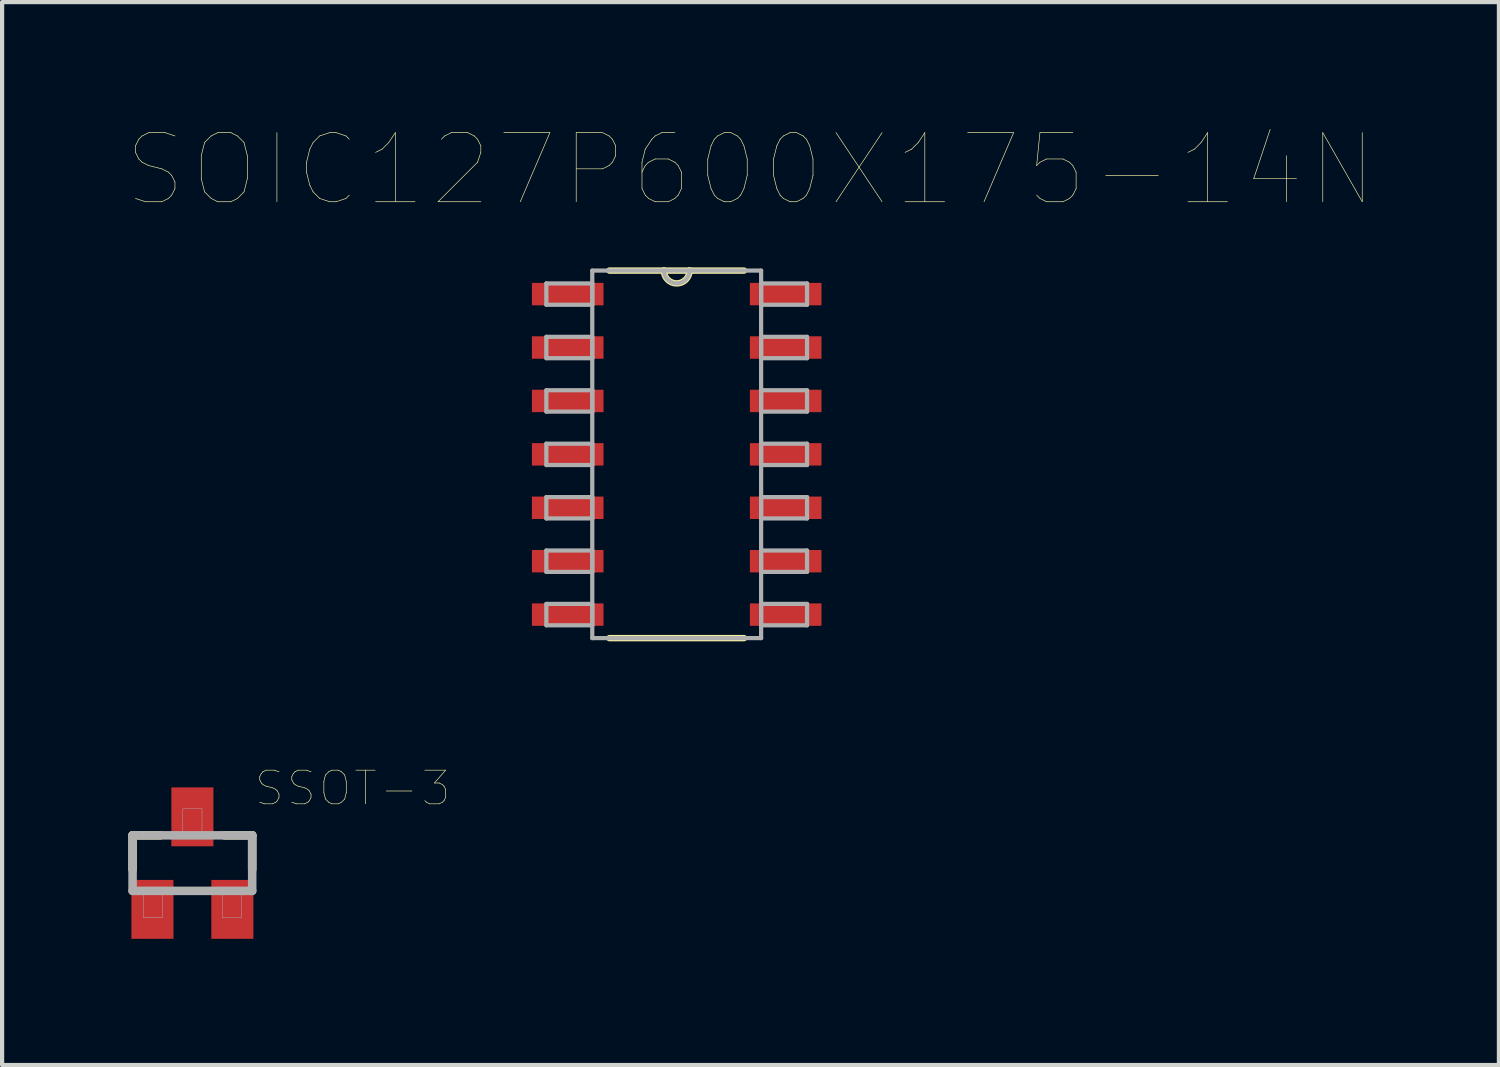
<source format=kicad_pcb>
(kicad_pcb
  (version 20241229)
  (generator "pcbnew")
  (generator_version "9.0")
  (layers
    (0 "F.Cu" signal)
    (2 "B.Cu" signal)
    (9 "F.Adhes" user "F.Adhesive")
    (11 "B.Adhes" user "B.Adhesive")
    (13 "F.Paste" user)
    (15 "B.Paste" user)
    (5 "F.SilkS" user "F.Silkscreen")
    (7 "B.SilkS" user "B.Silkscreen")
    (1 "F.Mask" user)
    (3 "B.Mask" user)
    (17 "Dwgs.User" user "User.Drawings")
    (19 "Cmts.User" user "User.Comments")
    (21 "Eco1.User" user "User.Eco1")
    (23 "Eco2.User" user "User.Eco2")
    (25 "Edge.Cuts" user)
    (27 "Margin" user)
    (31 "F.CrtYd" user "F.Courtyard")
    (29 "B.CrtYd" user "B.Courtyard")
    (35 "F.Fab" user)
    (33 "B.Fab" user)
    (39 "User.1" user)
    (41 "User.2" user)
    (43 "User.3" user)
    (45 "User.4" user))
  (footprint "SSOT-3"
    (layer "F.Cu")
    (at 1.524 17.47)
    (property "Reference" "SSOT-3" (at 3.811 -1.779 0) (layer "F.SilkS") (effects (font (size 0.8 0.8) (thickness 0.015))))
    (attr through_hole)
    (fp_line (start -1.422 -0.66) (end -0.764 -0.66) (stroke (width 0.203) (type solid)) (layer "F.SilkS"))
    (fp_line (start -1.422 0.152) (end -1.422 -0.66) (stroke (width 0.203) (type solid)) (layer "F.SilkS"))
    (fp_line (start 0.764 -0.66) (end 1.422 -0.66) (stroke (width 0.203) (type solid)) (layer "F.SilkS"))
    (fp_line (start 1.422 -0.66) (end 1.422 0.152) (stroke (width 0.203) (type solid)) (layer "F.SilkS"))
    (fp_line (start -1.422 -0.66) (end 1.422 -0.66) (stroke (width 0.203) (type solid)) (layer "F.Fab"))
    (fp_line (start -1.422 0.66) (end -1.422 -0.66) (stroke (width 0.203) (type solid)) (layer "F.Fab"))
    (fp_line (start 1.422 -0.66) (end 1.422 0.66) (stroke (width 0.203) (type solid)) (layer "F.Fab"))
    (fp_line (start 1.422 0.66) (end -1.422 0.66) (stroke (width 0.203) (type solid)) (layer "F.Fab"))
    (fp_poly (pts (xy -1.169 0.711) (xy -0.711 0.711) (xy -0.711 1.296) (xy -1.169 1.296)) (stroke (width 0.01) (type solid)) (fill no) (layer "F.Fab"))
    (fp_poly (pts (xy -0.229 -1.295) (xy 0.229 -1.295) (xy 0.229 -0.712) (xy -0.229 -0.712)) (stroke (width 0.01) (type solid)) (fill no) (layer "F.Fab"))
    (fp_poly (pts (xy 0.712 0.711) (xy 1.168 0.711) (xy 1.168 1.297) (xy 0.712 1.297)) (stroke (width 0.01) (type solid)) (fill no) (layer "F.Fab"))
    (pad "1" smd rect (at -0.95 1.1) (size 1 1.4) (layers "F.Cu" "F.Mask" "F.Paste"))
    (pad "2" smd rect (at 0.95 1.1) (size 1 1.4) (layers "F.Cu" "F.Mask" "F.Paste"))
    (pad "3" smd rect (at 0 -1.1) (size 1 1.4) (layers "F.Cu" "F.Mask" "F.Paste")))
  (footprint "SOIC127P600X175-14N"
    (layer "F.Cu")
    (at 13.038 7.752)
    (property "Reference" "SOIC127P600X175-14N" (at 1.755 -6.765 0) (layer "F.SilkS") (effects (font (size 1.642 1.642) (thickness 0.015))))
    (attr through_hole)
    (fp_line (start -1.6 4.369) (end 1.6 4.369) (stroke (width 0.152) (type solid)) (layer "F.SilkS"))
    (fp_line (start -0.305 -4.369) (end -1.6 -4.369) (stroke (width 0.152) (type solid)) (layer "F.SilkS"))
    (fp_line (start 0.305 -4.369) (end -0.305 -4.369) (stroke (width 0.152) (type solid)) (layer "F.SilkS"))
    (fp_line (start 1.6 -4.369) (end 0.305 -4.369) (stroke (width 0.152) (type solid)) (layer "F.SilkS"))
    (fp_arc (start 0.3048 -4.3688) (mid 0 -4.064) (end -0.3048 -4.3688) (stroke (width 0.1524) (type solid)) (layer "F.SilkS"))
    (fp_line (start -3.099 -4.064) (end -3.099 -3.556) (stroke (width 0.1) (type solid)) (layer "F.Fab"))
    (fp_line (start -3.099 -3.556) (end -2.007 -3.556) (stroke (width 0.1) (type solid)) (layer "F.Fab"))
    (fp_line (start -3.099 -2.794) (end -3.099 -2.286) (stroke (width 0.1) (type solid)) (layer "F.Fab"))
    (fp_line (start -3.099 -2.286) (end -2.007 -2.286) (stroke (width 0.1) (type solid)) (layer "F.Fab"))
    (fp_line (start -3.099 -1.524) (end -3.099 -1.016) (stroke (width 0.1) (type solid)) (layer "F.Fab"))
    (fp_line (start -3.099 -1.016) (end -2.007 -1.016) (stroke (width 0.1) (type solid)) (layer "F.Fab"))
    (fp_line (start -3.099 -0.254) (end -3.099 0.254) (stroke (width 0.1) (type solid)) (layer "F.Fab"))
    (fp_line (start -3.099 0.254) (end -2.007 0.254) (stroke (width 0.1) (type solid)) (layer "F.Fab"))
    (fp_line (start -3.099 1.016) (end -3.099 1.524) (stroke (width 0.1) (type solid)) (layer "F.Fab"))
    (fp_line (start -3.099 1.524) (end -2.007 1.524) (stroke (width 0.1) (type solid)) (layer "F.Fab"))
    (fp_line (start -3.099 2.286) (end -3.099 2.794) (stroke (width 0.1) (type solid)) (layer "F.Fab"))
    (fp_line (start -3.099 2.794) (end -2.007 2.794) (stroke (width 0.1) (type solid)) (layer "F.Fab"))
    (fp_line (start -3.099 3.556) (end -3.099 4.064) (stroke (width 0.1) (type solid)) (layer "F.Fab"))
    (fp_line (start -3.099 4.064) (end -2.007 4.064) (stroke (width 0.1) (type solid)) (layer "F.Fab"))
    (fp_line (start -2.007 -4.369) (end -2.007 4.369) (stroke (width 0.1) (type solid)) (layer "F.Fab"))
    (fp_line (start -2.007 -4.064) (end -3.099 -4.064) (stroke (width 0.1) (type solid)) (layer "F.Fab"))
    (fp_line (start -2.007 -3.556) (end -2.007 -4.064) (stroke (width 0.1) (type solid)) (layer "F.Fab"))
    (fp_line (start -2.007 -2.794) (end -3.099 -2.794) (stroke (width 0.1) (type solid)) (layer "F.Fab"))
    (fp_line (start -2.007 -2.286) (end -2.007 -2.794) (stroke (width 0.1) (type solid)) (layer "F.Fab"))
    (fp_line (start -2.007 -1.524) (end -3.099 -1.524) (stroke (width 0.1) (type solid)) (layer "F.Fab"))
    (fp_line (start -2.007 -1.016) (end -2.007 -1.524) (stroke (width 0.1) (type solid)) (layer "F.Fab"))
    (fp_line (start -2.007 -0.254) (end -3.099 -0.254) (stroke (width 0.1) (type solid)) (layer "F.Fab"))
    (fp_line (start -2.007 0.254) (end -2.007 -0.254) (stroke (width 0.1) (type solid)) (layer "F.Fab"))
    (fp_line (start -2.007 1.016) (end -3.099 1.016) (stroke (width 0.1) (type solid)) (layer "F.Fab"))
    (fp_line (start -2.007 1.524) (end -2.007 1.016) (stroke (width 0.1) (type solid)) (layer "F.Fab"))
    (fp_line (start -2.007 2.286) (end -3.099 2.286) (stroke (width 0.1) (type solid)) (layer "F.Fab"))
    (fp_line (start -2.007 2.794) (end -2.007 2.286) (stroke (width 0.1) (type solid)) (layer "F.Fab"))
    (fp_line (start -2.007 3.556) (end -3.099 3.556) (stroke (width 0.1) (type solid)) (layer "F.Fab"))
    (fp_line (start -2.007 4.064) (end -2.007 3.556) (stroke (width 0.1) (type solid)) (layer "F.Fab"))
    (fp_line (start -2.007 4.369) (end 2.007 4.369) (stroke (width 0.1) (type solid)) (layer "F.Fab"))
    (fp_line (start -0.305 -4.369) (end -2.007 -4.369) (stroke (width 0.1) (type solid)) (layer "F.Fab"))
    (fp_line (start 0.305 -4.369) (end -0.305 -4.369) (stroke (width 0.1) (type solid)) (layer "F.Fab"))
    (fp_line (start 2.007 -4.369) (end 0.305 -4.369) (stroke (width 0.1) (type solid)) (layer "F.Fab"))
    (fp_line (start 2.007 -4.064) (end 2.007 -3.556) (stroke (width 0.1) (type solid)) (layer "F.Fab"))
    (fp_line (start 2.007 -3.556) (end 3.099 -3.556) (stroke (width 0.1) (type solid)) (layer "F.Fab"))
    (fp_line (start 2.007 -2.794) (end 2.007 -2.286) (stroke (width 0.1) (type solid)) (layer "F.Fab"))
    (fp_line (start 2.007 -2.286) (end 3.099 -2.286) (stroke (width 0.1) (type solid)) (layer "F.Fab"))
    (fp_line (start 2.007 -1.524) (end 2.007 -1.016) (stroke (width 0.1) (type solid)) (layer "F.Fab"))
    (fp_line (start 2.007 -1.016) (end 3.099 -1.016) (stroke (width 0.1) (type solid)) (layer "F.Fab"))
    (fp_line (start 2.007 -0.254) (end 2.007 0.254) (stroke (width 0.1) (type solid)) (layer "F.Fab"))
    (fp_line (start 2.007 0.254) (end 3.099 0.254) (stroke (width 0.1) (type solid)) (layer "F.Fab"))
    (fp_line (start 2.007 1.016) (end 2.007 1.524) (stroke (width 0.1) (type solid)) (layer "F.Fab"))
    (fp_line (start 2.007 1.524) (end 3.099 1.524) (stroke (width 0.1) (type solid)) (layer "F.Fab"))
    (fp_line (start 2.007 2.286) (end 2.007 2.794) (stroke (width 0.1) (type solid)) (layer "F.Fab"))
    (fp_line (start 2.007 2.794) (end 3.099 2.794) (stroke (width 0.1) (type solid)) (layer "F.Fab"))
    (fp_line (start 2.007 3.556) (end 2.007 4.064) (stroke (width 0.1) (type solid)) (layer "F.Fab"))
    (fp_line (start 2.007 4.064) (end 3.099 4.064) (stroke (width 0.1) (type solid)) (layer "F.Fab"))
    (fp_line (start 2.007 4.369) (end 2.007 -4.369) (stroke (width 0.1) (type solid)) (layer "F.Fab"))
    (fp_line (start 3.099 -4.064) (end 2.007 -4.064) (stroke (width 0.1) (type solid)) (layer "F.Fab"))
    (fp_line (start 3.099 -3.556) (end 3.099 -4.064) (stroke (width 0.1) (type solid)) (layer "F.Fab"))
    (fp_line (start 3.099 -2.794) (end 2.007 -2.794) (stroke (width 0.1) (type solid)) (layer "F.Fab"))
    (fp_line (start 3.099 -2.286) (end 3.099 -2.794) (stroke (width 0.1) (type solid)) (layer "F.Fab"))
    (fp_line (start 3.099 -1.524) (end 2.007 -1.524) (stroke (width 0.1) (type solid)) (layer "F.Fab"))
    (fp_line (start 3.099 -1.016) (end 3.099 -1.524) (stroke (width 0.1) (type solid)) (layer "F.Fab"))
    (fp_line (start 3.099 -0.254) (end 2.007 -0.254) (stroke (width 0.1) (type solid)) (layer "F.Fab"))
    (fp_line (start 3.099 0.254) (end 3.099 -0.254) (stroke (width 0.1) (type solid)) (layer "F.Fab"))
    (fp_line (start 3.099 1.016) (end 2.007 1.016) (stroke (width 0.1) (type solid)) (layer "F.Fab"))
    (fp_line (start 3.099 1.524) (end 3.099 1.016) (stroke (width 0.1) (type solid)) (layer "F.Fab"))
    (fp_line (start 3.099 2.286) (end 2.007 2.286) (stroke (width 0.1) (type solid)) (layer "F.Fab"))
    (fp_line (start 3.099 2.794) (end 3.099 2.286) (stroke (width 0.1) (type solid)) (layer "F.Fab"))
    (fp_line (start 3.099 3.556) (end 2.007 3.556) (stroke (width 0.1) (type solid)) (layer "F.Fab"))
    (fp_line (start 3.099 4.064) (end 3.099 3.556) (stroke (width 0.1) (type solid)) (layer "F.Fab"))
    (fp_arc (start 0.3048 -4.3688) (mid 0 -4.064) (end -0.3048 -4.3688) (stroke (width 0.1) (type solid)) (layer "F.Fab"))
    (pad "1" smd rect (at -2.591 -3.81) (size 1.702 0.533) (layers "F.Cu" "F.Mask" "F.Paste"))
    (pad "2" smd rect (at -2.591 -2.54) (size 1.702 0.533) (layers "F.Cu" "F.Mask" "F.Paste"))
    (pad "3" smd rect (at -2.591 -1.27) (size 1.702 0.533) (layers "F.Cu" "F.Mask" "F.Paste"))
    (pad "4" smd rect (at -2.591 0) (size 1.702 0.533) (layers "F.Cu" "F.Mask" "F.Paste"))
    (pad "5" smd rect (at -2.591 1.27) (size 1.702 0.533) (layers "F.Cu" "F.Mask" "F.Paste"))
    (pad "6" smd rect (at -2.591 2.54) (size 1.702 0.533) (layers "F.Cu" "F.Mask" "F.Paste"))
    (pad "7" smd rect (at -2.591 3.81) (size 1.702 0.533) (layers "F.Cu" "F.Mask" "F.Paste"))
    (pad "8" smd rect (at 2.591 3.81) (size 1.702 0.533) (layers "F.Cu" "F.Mask" "F.Paste"))
    (pad "9" smd rect (at 2.591 2.54) (size 1.702 0.533) (layers "F.Cu" "F.Mask" "F.Paste"))
    (pad "10" smd rect (at 2.591 1.27) (size 1.702 0.533) (layers "F.Cu" "F.Mask" "F.Paste"))
    (pad "11" smd rect (at 2.591 0) (size 1.702 0.533) (layers "F.Cu" "F.Mask" "F.Paste"))
    (pad "12" smd rect (at 2.591 -1.27) (size 1.702 0.533) (layers "F.Cu" "F.Mask" "F.Paste"))
    (pad "13" smd rect (at 2.591 -2.54) (size 1.702 0.533) (layers "F.Cu" "F.Mask" "F.Paste"))
    (pad "14" smd rect (at 2.591 -3.81) (size 1.702 0.533) (layers "F.Cu" "F.Mask" "F.Paste")))
  (gr_rect
    (start -3 -3)
    (end 32.586 22.27)
    (stroke (width 0.1) (type default))
    (fill no)
    (layer "Edge.Cuts")))
</source>
